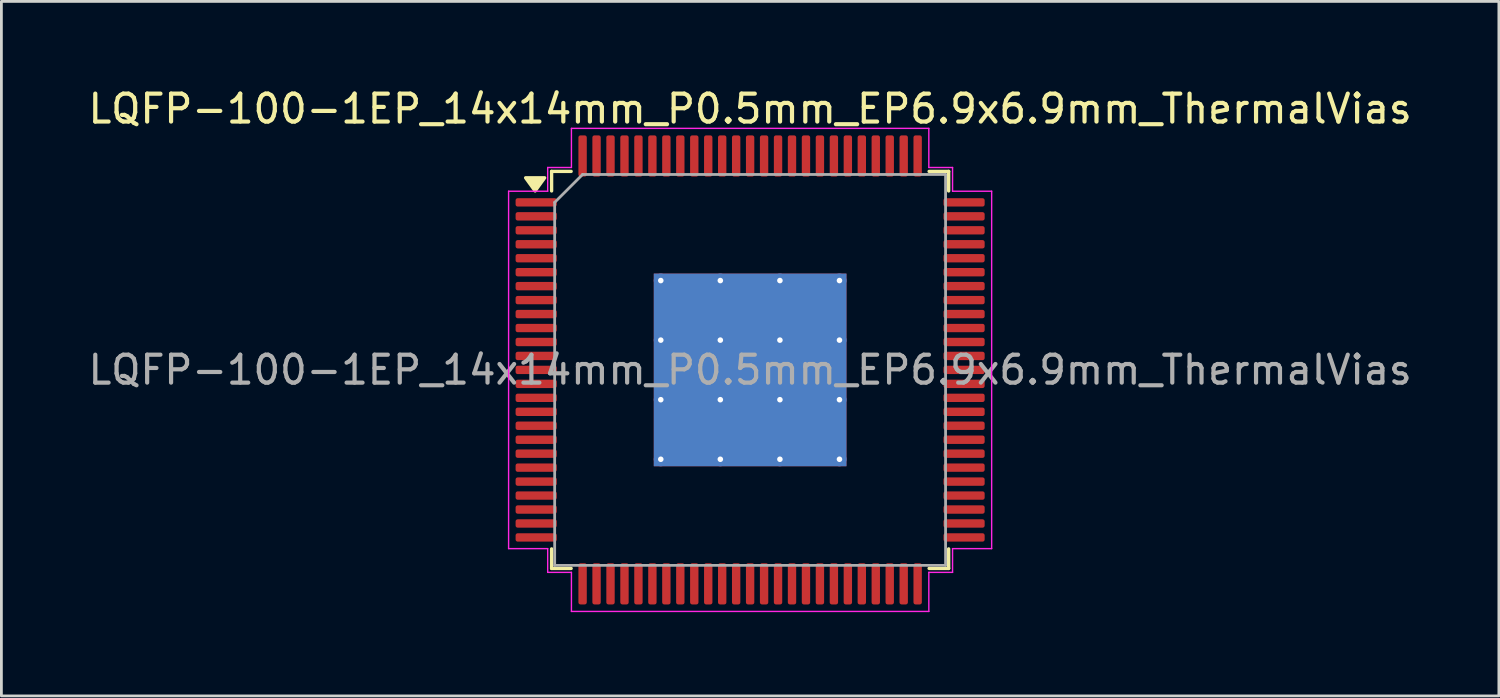
<source format=kicad_pcb>
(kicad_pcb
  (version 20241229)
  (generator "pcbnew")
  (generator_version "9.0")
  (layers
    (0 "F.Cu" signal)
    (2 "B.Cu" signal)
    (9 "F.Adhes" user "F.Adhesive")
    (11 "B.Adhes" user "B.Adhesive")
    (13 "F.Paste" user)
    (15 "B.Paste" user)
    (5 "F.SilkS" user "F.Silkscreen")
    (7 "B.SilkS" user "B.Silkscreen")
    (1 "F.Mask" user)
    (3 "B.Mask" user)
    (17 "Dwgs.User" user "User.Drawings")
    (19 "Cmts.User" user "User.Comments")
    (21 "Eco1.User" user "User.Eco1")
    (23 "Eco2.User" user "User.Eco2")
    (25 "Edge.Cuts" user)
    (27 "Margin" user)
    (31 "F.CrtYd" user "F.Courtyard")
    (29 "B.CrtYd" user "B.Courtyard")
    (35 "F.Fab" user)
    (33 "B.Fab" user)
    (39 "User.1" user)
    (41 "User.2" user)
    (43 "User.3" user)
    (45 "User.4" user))
  (footprint "LQFP-100-1EP_14x14mm_P0.5mm_EP6.9x6.9mm_ThermalVias"
    (layer "F.Cu")
    (at 23.815 10.198)
    (property "Reference" "LQFP-100-1EP_14x14mm_P0.5mm_EP6.9x6.9mm_ThermalVias" (at 0 -9.35 0) (layer "F.SilkS") (effects (font (size 1 1) (thickness 0.15))))
    (attr smd)
    (fp_line (start -7.11 -7.11) (end -7.11 -6.41) (stroke (width 0.12) (type solid)) (layer "F.SilkS"))
    (fp_line (start -7.11 7.11) (end -7.11 6.41) (stroke (width 0.12) (type solid)) (layer "F.SilkS"))
    (fp_line (start -6.41 -7.11) (end -7.11 -7.11) (stroke (width 0.12) (type solid)) (layer "F.SilkS"))
    (fp_line (start -6.41 7.11) (end -7.11 7.11) (stroke (width 0.12) (type solid)) (layer "F.SilkS"))
    (fp_line (start 6.41 -7.11) (end 7.11 -7.11) (stroke (width 0.12) (type solid)) (layer "F.SilkS"))
    (fp_line (start 6.41 7.11) (end 7.11 7.11) (stroke (width 0.12) (type solid)) (layer "F.SilkS"))
    (fp_line (start 7.11 -7.11) (end 7.11 -6.41) (stroke (width 0.12) (type solid)) (layer "F.SilkS"))
    (fp_line (start 7.11 7.11) (end 7.11 6.41) (stroke (width 0.12) (type solid)) (layer "F.SilkS"))
    (fp_poly (pts (xy -7.7 -6.41) (xy -8.04 -6.88) (xy -7.36 -6.88)) (stroke (width 0.12) (type solid)) (fill yes) (layer "F.SilkS"))
    (fp_line (start -8.65 -6.4) (end -7.25 -6.4) (stroke (width 0.05) (type solid)) (layer "F.CrtYd"))
    (fp_line (start -8.65 6.4) (end -8.65 -6.4) (stroke (width 0.05) (type solid)) (layer "F.CrtYd"))
    (fp_line (start -7.25 -7.25) (end -6.4 -7.25) (stroke (width 0.05) (type solid)) (layer "F.CrtYd"))
    (fp_line (start -7.25 -6.4) (end -7.25 -7.25) (stroke (width 0.05) (type solid)) (layer "F.CrtYd"))
    (fp_line (start -7.25 6.4) (end -8.65 6.4) (stroke (width 0.05) (type solid)) (layer "F.CrtYd"))
    (fp_line (start -7.25 7.25) (end -7.25 6.4) (stroke (width 0.05) (type solid)) (layer "F.CrtYd"))
    (fp_line (start -6.4 -8.65) (end 6.4 -8.65) (stroke (width 0.05) (type solid)) (layer "F.CrtYd"))
    (fp_line (start -6.4 -7.25) (end -6.4 -8.65) (stroke (width 0.05) (type solid)) (layer "F.CrtYd"))
    (fp_line (start -6.4 7.25) (end -7.25 7.25) (stroke (width 0.05) (type solid)) (layer "F.CrtYd"))
    (fp_line (start -6.4 8.65) (end -6.4 7.25) (stroke (width 0.05) (type solid)) (layer "F.CrtYd"))
    (fp_line (start 6.4 -8.65) (end 6.4 -7.25) (stroke (width 0.05) (type solid)) (layer "F.CrtYd"))
    (fp_line (start 6.4 -7.25) (end 7.25 -7.25) (stroke (width 0.05) (type solid)) (layer "F.CrtYd"))
    (fp_line (start 6.4 7.25) (end 6.4 8.65) (stroke (width 0.05) (type solid)) (layer "F.CrtYd"))
    (fp_line (start 6.4 8.65) (end -6.4 8.65) (stroke (width 0.05) (type solid)) (layer "F.CrtYd"))
    (fp_line (start 7.25 -7.25) (end 7.25 -6.4) (stroke (width 0.05) (type solid)) (layer "F.CrtYd"))
    (fp_line (start 7.25 -6.4) (end 8.65 -6.4) (stroke (width 0.05) (type solid)) (layer "F.CrtYd"))
    (fp_line (start 7.25 6.4) (end 7.25 7.25) (stroke (width 0.05) (type solid)) (layer "F.CrtYd"))
    (fp_line (start 7.25 7.25) (end 6.4 7.25) (stroke (width 0.05) (type solid)) (layer "F.CrtYd"))
    (fp_line (start 8.65 -6.4) (end 8.65 6.4) (stroke (width 0.05) (type solid)) (layer "F.CrtYd"))
    (fp_line (start 8.65 6.4) (end 7.25 6.4) (stroke (width 0.05) (type solid)) (layer "F.CrtYd"))
    (fp_line (start -7 -6) (end -6 -7) (stroke (width 0.1) (type solid)) (layer "F.Fab"))
    (fp_line (start -7 7) (end -7 -6) (stroke (width 0.1) (type solid)) (layer "F.Fab"))
    (fp_line (start -6 -7) (end 7 -7) (stroke (width 0.1) (type solid)) (layer "F.Fab"))
    (fp_line (start 7 -7) (end 7 7) (stroke (width 0.1) (type solid)) (layer "F.Fab"))
    (fp_line (start 7 7) (end -7 7) (stroke (width 0.1) (type solid)) (layer "F.Fab"))
    (fp_text user "${REFERENCE}" (at 0 0 0) (layer "F.Fab") (effects (font (size 1 1) (thickness 0.15))))
    (pad "" smd roundrect (at -2.3 -2.3) (size 1.85 1.85) (layers "F.Paste") (roundrect_rratio 0.135))
    (pad "" smd roundrect (at -2.3 0) (size 1.85 1.85) (layers "F.Paste") (roundrect_rratio 0.135))
    (pad "" smd roundrect (at -2.3 2.3) (size 1.85 1.85) (layers "F.Paste") (roundrect_rratio 0.135))
    (pad "" smd roundrect (at 0 -2.3) (size 1.85 1.85) (layers "F.Paste") (roundrect_rratio 0.135))
    (pad "" smd roundrect (at 0 0) (size 1.85 1.85) (layers "F.Paste") (roundrect_rratio 0.135))
    (pad "" smd roundrect (at 0 2.3) (size 1.85 1.85) (layers "F.Paste") (roundrect_rratio 0.135))
    (pad "" smd roundrect (at 2.3 -2.3) (size 1.85 1.85) (layers "F.Paste") (roundrect_rratio 0.135))
    (pad "" smd roundrect (at 2.3 0) (size 1.85 1.85) (layers "F.Paste") (roundrect_rratio 0.135))
    (pad "" smd roundrect (at 2.3 2.3) (size 1.85 1.85) (layers "F.Paste") (roundrect_rratio 0.135))
    (pad "1" smd roundrect (at -7.662 -6) (size 1.475 0.3) (layers "F.Cu" "F.Mask" "F.Paste") (roundrect_rratio 0.25))
    (pad "2" smd roundrect (at -7.662 -5.5) (size 1.475 0.3) (layers "F.Cu" "F.Mask" "F.Paste") (roundrect_rratio 0.25))
    (pad "3" smd roundrect (at -7.662 -5) (size 1.475 0.3) (layers "F.Cu" "F.Mask" "F.Paste") (roundrect_rratio 0.25))
    (pad "4" smd roundrect (at -7.662 -4.5) (size 1.475 0.3) (layers "F.Cu" "F.Mask" "F.Paste") (roundrect_rratio 0.25))
    (pad "5" smd roundrect (at -7.662 -4) (size 1.475 0.3) (layers "F.Cu" "F.Mask" "F.Paste") (roundrect_rratio 0.25))
    (pad "6" smd roundrect (at -7.662 -3.5) (size 1.475 0.3) (layers "F.Cu" "F.Mask" "F.Paste") (roundrect_rratio 0.25))
    (pad "7" smd roundrect (at -7.662 -3) (size 1.475 0.3) (layers "F.Cu" "F.Mask" "F.Paste") (roundrect_rratio 0.25))
    (pad "8" smd roundrect (at -7.662 -2.5) (size 1.475 0.3) (layers "F.Cu" "F.Mask" "F.Paste") (roundrect_rratio 0.25))
    (pad "9" smd roundrect (at -7.662 -2) (size 1.475 0.3) (layers "F.Cu" "F.Mask" "F.Paste") (roundrect_rratio 0.25))
    (pad "10" smd roundrect (at -7.662 -1.5) (size 1.475 0.3) (layers "F.Cu" "F.Mask" "F.Paste") (roundrect_rratio 0.25))
    (pad "11" smd roundrect (at -7.662 -1) (size 1.475 0.3) (layers "F.Cu" "F.Mask" "F.Paste") (roundrect_rratio 0.25))
    (pad "12" smd roundrect (at -7.662 -0.5) (size 1.475 0.3) (layers "F.Cu" "F.Mask" "F.Paste") (roundrect_rratio 0.25))
    (pad "13" smd roundrect (at -7.662 0) (size 1.475 0.3) (layers "F.Cu" "F.Mask" "F.Paste") (roundrect_rratio 0.25))
    (pad "14" smd roundrect (at -7.662 0.5) (size 1.475 0.3) (layers "F.Cu" "F.Mask" "F.Paste") (roundrect_rratio 0.25))
    (pad "15" smd roundrect (at -7.662 1) (size 1.475 0.3) (layers "F.Cu" "F.Mask" "F.Paste") (roundrect_rratio 0.25))
    (pad "16" smd roundrect (at -7.662 1.5) (size 1.475 0.3) (layers "F.Cu" "F.Mask" "F.Paste") (roundrect_rratio 0.25))
    (pad "17" smd roundrect (at -7.662 2) (size 1.475 0.3) (layers "F.Cu" "F.Mask" "F.Paste") (roundrect_rratio 0.25))
    (pad "18" smd roundrect (at -7.662 2.5) (size 1.475 0.3) (layers "F.Cu" "F.Mask" "F.Paste") (roundrect_rratio 0.25))
    (pad "19" smd roundrect (at -7.662 3) (size 1.475 0.3) (layers "F.Cu" "F.Mask" "F.Paste") (roundrect_rratio 0.25))
    (pad "20" smd roundrect (at -7.662 3.5) (size 1.475 0.3) (layers "F.Cu" "F.Mask" "F.Paste") (roundrect_rratio 0.25))
    (pad "21" smd roundrect (at -7.662 4) (size 1.475 0.3) (layers "F.Cu" "F.Mask" "F.Paste") (roundrect_rratio 0.25))
    (pad "22" smd roundrect (at -7.662 4.5) (size 1.475 0.3) (layers "F.Cu" "F.Mask" "F.Paste") (roundrect_rratio 0.25))
    (pad "23" smd roundrect (at -7.662 5) (size 1.475 0.3) (layers "F.Cu" "F.Mask" "F.Paste") (roundrect_rratio 0.25))
    (pad "24" smd roundrect (at -7.662 5.5) (size 1.475 0.3) (layers "F.Cu" "F.Mask" "F.Paste") (roundrect_rratio 0.25))
    (pad "25" smd roundrect (at -7.662 6) (size 1.475 0.3) (layers "F.Cu" "F.Mask" "F.Paste") (roundrect_rratio 0.25))
    (pad "26" smd roundrect (at -6 7.662) (size 0.3 1.475) (layers "F.Cu" "F.Mask" "F.Paste") (roundrect_rratio 0.25))
    (pad "27" smd roundrect (at -5.5 7.662) (size 0.3 1.475) (layers "F.Cu" "F.Mask" "F.Paste") (roundrect_rratio 0.25))
    (pad "28" smd roundrect (at -5 7.662) (size 0.3 1.475) (layers "F.Cu" "F.Mask" "F.Paste") (roundrect_rratio 0.25))
    (pad "29" smd roundrect (at -4.5 7.662) (size 0.3 1.475) (layers "F.Cu" "F.Mask" "F.Paste") (roundrect_rratio 0.25))
    (pad "30" smd roundrect (at -4 7.662) (size 0.3 1.475) (layers "F.Cu" "F.Mask" "F.Paste") (roundrect_rratio 0.25))
    (pad "31" smd roundrect (at -3.5 7.662) (size 0.3 1.475) (layers "F.Cu" "F.Mask" "F.Paste") (roundrect_rratio 0.25))
    (pad "32" smd roundrect (at -3 7.662) (size 0.3 1.475) (layers "F.Cu" "F.Mask" "F.Paste") (roundrect_rratio 0.25))
    (pad "33" smd roundrect (at -2.5 7.662) (size 0.3 1.475) (layers "F.Cu" "F.Mask" "F.Paste") (roundrect_rratio 0.25))
    (pad "34" smd roundrect (at -2 7.662) (size 0.3 1.475) (layers "F.Cu" "F.Mask" "F.Paste") (roundrect_rratio 0.25))
    (pad "35" smd roundrect (at -1.5 7.662) (size 0.3 1.475) (layers "F.Cu" "F.Mask" "F.Paste") (roundrect_rratio 0.25))
    (pad "36" smd roundrect (at -1 7.662) (size 0.3 1.475) (layers "F.Cu" "F.Mask" "F.Paste") (roundrect_rratio 0.25))
    (pad "37" smd roundrect (at -0.5 7.662) (size 0.3 1.475) (layers "F.Cu" "F.Mask" "F.Paste") (roundrect_rratio 0.25))
    (pad "38" smd roundrect (at 0 7.662) (size 0.3 1.475) (layers "F.Cu" "F.Mask" "F.Paste") (roundrect_rratio 0.25))
    (pad "39" smd roundrect (at 0.5 7.662) (size 0.3 1.475) (layers "F.Cu" "F.Mask" "F.Paste") (roundrect_rratio 0.25))
    (pad "40" smd roundrect (at 1 7.662) (size 0.3 1.475) (layers "F.Cu" "F.Mask" "F.Paste") (roundrect_rratio 0.25))
    (pad "41" smd roundrect (at 1.5 7.662) (size 0.3 1.475) (layers "F.Cu" "F.Mask" "F.Paste") (roundrect_rratio 0.25))
    (pad "42" smd roundrect (at 2 7.662) (size 0.3 1.475) (layers "F.Cu" "F.Mask" "F.Paste") (roundrect_rratio 0.25))
    (pad "43" smd roundrect (at 2.5 7.662) (size 0.3 1.475) (layers "F.Cu" "F.Mask" "F.Paste") (roundrect_rratio 0.25))
    (pad "44" smd roundrect (at 3 7.662) (size 0.3 1.475) (layers "F.Cu" "F.Mask" "F.Paste") (roundrect_rratio 0.25))
    (pad "45" smd roundrect (at 3.5 7.662) (size 0.3 1.475) (layers "F.Cu" "F.Mask" "F.Paste") (roundrect_rratio 0.25))
    (pad "46" smd roundrect (at 4 7.662) (size 0.3 1.475) (layers "F.Cu" "F.Mask" "F.Paste") (roundrect_rratio 0.25))
    (pad "47" smd roundrect (at 4.5 7.662) (size 0.3 1.475) (layers "F.Cu" "F.Mask" "F.Paste") (roundrect_rratio 0.25))
    (pad "48" smd roundrect (at 5 7.662) (size 0.3 1.475) (layers "F.Cu" "F.Mask" "F.Paste") (roundrect_rratio 0.25))
    (pad "49" smd roundrect (at 5.5 7.662) (size 0.3 1.475) (layers "F.Cu" "F.Mask" "F.Paste") (roundrect_rratio 0.25))
    (pad "50" smd roundrect (at 6 7.662) (size 0.3 1.475) (layers "F.Cu" "F.Mask" "F.Paste") (roundrect_rratio 0.25))
    (pad "51" smd roundrect (at 7.662 6) (size 1.475 0.3) (layers "F.Cu" "F.Mask" "F.Paste") (roundrect_rratio 0.25))
    (pad "52" smd roundrect (at 7.662 5.5) (size 1.475 0.3) (layers "F.Cu" "F.Mask" "F.Paste") (roundrect_rratio 0.25))
    (pad "53" smd roundrect (at 7.662 5) (size 1.475 0.3) (layers "F.Cu" "F.Mask" "F.Paste") (roundrect_rratio 0.25))
    (pad "54" smd roundrect (at 7.662 4.5) (size 1.475 0.3) (layers "F.Cu" "F.Mask" "F.Paste") (roundrect_rratio 0.25))
    (pad "55" smd roundrect (at 7.662 4) (size 1.475 0.3) (layers "F.Cu" "F.Mask" "F.Paste") (roundrect_rratio 0.25))
    (pad "56" smd roundrect (at 7.662 3.5) (size 1.475 0.3) (layers "F.Cu" "F.Mask" "F.Paste") (roundrect_rratio 0.25))
    (pad "57" smd roundrect (at 7.662 3) (size 1.475 0.3) (layers "F.Cu" "F.Mask" "F.Paste") (roundrect_rratio 0.25))
    (pad "58" smd roundrect (at 7.662 2.5) (size 1.475 0.3) (layers "F.Cu" "F.Mask" "F.Paste") (roundrect_rratio 0.25))
    (pad "59" smd roundrect (at 7.662 2) (size 1.475 0.3) (layers "F.Cu" "F.Mask" "F.Paste") (roundrect_rratio 0.25))
    (pad "60" smd roundrect (at 7.662 1.5) (size 1.475 0.3) (layers "F.Cu" "F.Mask" "F.Paste") (roundrect_rratio 0.25))
    (pad "61" smd roundrect (at 7.662 1) (size 1.475 0.3) (layers "F.Cu" "F.Mask" "F.Paste") (roundrect_rratio 0.25))
    (pad "62" smd roundrect (at 7.662 0.5) (size 1.475 0.3) (layers "F.Cu" "F.Mask" "F.Paste") (roundrect_rratio 0.25))
    (pad "63" smd roundrect (at 7.662 0) (size 1.475 0.3) (layers "F.Cu" "F.Mask" "F.Paste") (roundrect_rratio 0.25))
    (pad "64" smd roundrect (at 7.662 -0.5) (size 1.475 0.3) (layers "F.Cu" "F.Mask" "F.Paste") (roundrect_rratio 0.25))
    (pad "65" smd roundrect (at 7.662 -1) (size 1.475 0.3) (layers "F.Cu" "F.Mask" "F.Paste") (roundrect_rratio 0.25))
    (pad "66" smd roundrect (at 7.662 -1.5) (size 1.475 0.3) (layers "F.Cu" "F.Mask" "F.Paste") (roundrect_rratio 0.25))
    (pad "67" smd roundrect (at 7.662 -2) (size 1.475 0.3) (layers "F.Cu" "F.Mask" "F.Paste") (roundrect_rratio 0.25))
    (pad "68" smd roundrect (at 7.662 -2.5) (size 1.475 0.3) (layers "F.Cu" "F.Mask" "F.Paste") (roundrect_rratio 0.25))
    (pad "69" smd roundrect (at 7.662 -3) (size 1.475 0.3) (layers "F.Cu" "F.Mask" "F.Paste") (roundrect_rratio 0.25))
    (pad "70" smd roundrect (at 7.662 -3.5) (size 1.475 0.3) (layers "F.Cu" "F.Mask" "F.Paste") (roundrect_rratio 0.25))
    (pad "71" smd roundrect (at 7.662 -4) (size 1.475 0.3) (layers "F.Cu" "F.Mask" "F.Paste") (roundrect_rratio 0.25))
    (pad "72" smd roundrect (at 7.662 -4.5) (size 1.475 0.3) (layers "F.Cu" "F.Mask" "F.Paste") (roundrect_rratio 0.25))
    (pad "73" smd roundrect (at 7.662 -5) (size 1.475 0.3) (layers "F.Cu" "F.Mask" "F.Paste") (roundrect_rratio 0.25))
    (pad "74" smd roundrect (at 7.662 -5.5) (size 1.475 0.3) (layers "F.Cu" "F.Mask" "F.Paste") (roundrect_rratio 0.25))
    (pad "75" smd roundrect (at 7.662 -6) (size 1.475 0.3) (layers "F.Cu" "F.Mask" "F.Paste") (roundrect_rratio 0.25))
    (pad "76" smd roundrect (at 6 -7.662) (size 0.3 1.475) (layers "F.Cu" "F.Mask" "F.Paste") (roundrect_rratio 0.25))
    (pad "77" smd roundrect (at 5.5 -7.662) (size 0.3 1.475) (layers "F.Cu" "F.Mask" "F.Paste") (roundrect_rratio 0.25))
    (pad "78" smd roundrect (at 5 -7.662) (size 0.3 1.475) (layers "F.Cu" "F.Mask" "F.Paste") (roundrect_rratio 0.25))
    (pad "79" smd roundrect (at 4.5 -7.662) (size 0.3 1.475) (layers "F.Cu" "F.Mask" "F.Paste") (roundrect_rratio 0.25))
    (pad "80" smd roundrect (at 4 -7.662) (size 0.3 1.475) (layers "F.Cu" "F.Mask" "F.Paste") (roundrect_rratio 0.25))
    (pad "81" smd roundrect (at 3.5 -7.662) (size 0.3 1.475) (layers "F.Cu" "F.Mask" "F.Paste") (roundrect_rratio 0.25))
    (pad "82" smd roundrect (at 3 -7.662) (size 0.3 1.475) (layers "F.Cu" "F.Mask" "F.Paste") (roundrect_rratio 0.25))
    (pad "83" smd roundrect (at 2.5 -7.662) (size 0.3 1.475) (layers "F.Cu" "F.Mask" "F.Paste") (roundrect_rratio 0.25))
    (pad "84" smd roundrect (at 2 -7.662) (size 0.3 1.475) (layers "F.Cu" "F.Mask" "F.Paste") (roundrect_rratio 0.25))
    (pad "85" smd roundrect (at 1.5 -7.662) (size 0.3 1.475) (layers "F.Cu" "F.Mask" "F.Paste") (roundrect_rratio 0.25))
    (pad "86" smd roundrect (at 1 -7.662) (size 0.3 1.475) (layers "F.Cu" "F.Mask" "F.Paste") (roundrect_rratio 0.25))
    (pad "87" smd roundrect (at 0.5 -7.662) (size 0.3 1.475) (layers "F.Cu" "F.Mask" "F.Paste") (roundrect_rratio 0.25))
    (pad "88" smd roundrect (at 0 -7.662) (size 0.3 1.475) (layers "F.Cu" "F.Mask" "F.Paste") (roundrect_rratio 0.25))
    (pad "89" smd roundrect (at -0.5 -7.662) (size 0.3 1.475) (layers "F.Cu" "F.Mask" "F.Paste") (roundrect_rratio 0.25))
    (pad "90" smd roundrect (at -1 -7.662) (size 0.3 1.475) (layers "F.Cu" "F.Mask" "F.Paste") (roundrect_rratio 0.25))
    (pad "91" smd roundrect (at -1.5 -7.662) (size 0.3 1.475) (layers "F.Cu" "F.Mask" "F.Paste") (roundrect_rratio 0.25))
    (pad "92" smd roundrect (at -2 -7.662) (size 0.3 1.475) (layers "F.Cu" "F.Mask" "F.Paste") (roundrect_rratio 0.25))
    (pad "93" smd roundrect (at -2.5 -7.662) (size 0.3 1.475) (layers "F.Cu" "F.Mask" "F.Paste") (roundrect_rratio 0.25))
    (pad "94" smd roundrect (at -3 -7.662) (size 0.3 1.475) (layers "F.Cu" "F.Mask" "F.Paste") (roundrect_rratio 0.25))
    (pad "95" smd roundrect (at -3.5 -7.662) (size 0.3 1.475) (layers "F.Cu" "F.Mask" "F.Paste") (roundrect_rratio 0.25))
    (pad "96" smd roundrect (at -4 -7.662) (size 0.3 1.475) (layers "F.Cu" "F.Mask" "F.Paste") (roundrect_rratio 0.25))
    (pad "97" smd roundrect (at -4.5 -7.662) (size 0.3 1.475) (layers "F.Cu" "F.Mask" "F.Paste") (roundrect_rratio 0.25))
    (pad "98" smd roundrect (at -5 -7.662) (size 0.3 1.475) (layers "F.Cu" "F.Mask" "F.Paste") (roundrect_rratio 0.25))
    (pad "99" smd roundrect (at -5.5 -7.662) (size 0.3 1.475) (layers "F.Cu" "F.Mask" "F.Paste") (roundrect_rratio 0.25))
    (pad "100" smd roundrect (at -6 -7.662) (size 0.3 1.475) (layers "F.Cu" "F.Mask" "F.Paste") (roundrect_rratio 0.25))
    (pad "101" thru_hole circle (at -3.2 -3.2) (size 0.5 0.5) (drill 0.2) (property pad_prop_heatsink) (layers "*.Cu"))
    (pad "101" thru_hole circle (at -3.2 -1.067) (size 0.5 0.5) (drill 0.2) (property pad_prop_heatsink) (layers "*.Cu"))
    (pad "101" thru_hole circle (at -3.2 1.067) (size 0.5 0.5) (drill 0.2) (property pad_prop_heatsink) (layers "*.Cu"))
    (pad "101" thru_hole circle (at -3.2 3.2) (size 0.5 0.5) (drill 0.2) (property pad_prop_heatsink) (layers "*.Cu"))
    (pad "101" thru_hole circle (at -1.067 -3.2) (size 0.5 0.5) (drill 0.2) (property pad_prop_heatsink) (layers "*.Cu"))
    (pad "101" thru_hole circle (at -1.067 -1.067) (size 0.5 0.5) (drill 0.2) (property pad_prop_heatsink) (layers "*.Cu"))
    (pad "101" thru_hole circle (at -1.067 1.067) (size 0.5 0.5) (drill 0.2) (property pad_prop_heatsink) (layers "*.Cu"))
    (pad "101" thru_hole circle (at -1.067 3.2) (size 0.5 0.5) (drill 0.2) (property pad_prop_heatsink) (layers "*.Cu"))
    (pad "101" smd rect (at 0 0) (size 6.9 6.9) (property pad_prop_heatsink) (layers "F.Cu" "F.Mask"))
    (pad "101" smd rect (at 0 0) (size 6.9 6.9) (property pad_prop_heatsink) (layers "B.Cu"))
    (pad "101" thru_hole circle (at 1.067 -3.2) (size 0.5 0.5) (drill 0.2) (property pad_prop_heatsink) (layers "*.Cu"))
    (pad "101" thru_hole circle (at 1.067 -1.067) (size 0.5 0.5) (drill 0.2) (property pad_prop_heatsink) (layers "*.Cu"))
    (pad "101" thru_hole circle (at 1.067 1.067) (size 0.5 0.5) (drill 0.2) (property pad_prop_heatsink) (layers "*.Cu"))
    (pad "101" thru_hole circle (at 1.067 3.2) (size 0.5 0.5) (drill 0.2) (property pad_prop_heatsink) (layers "*.Cu"))
    (pad "101" thru_hole circle (at 3.2 -3.2) (size 0.5 0.5) (drill 0.2) (property pad_prop_heatsink) (layers "*.Cu"))
    (pad "101" thru_hole circle (at 3.2 -1.067) (size 0.5 0.5) (drill 0.2) (property pad_prop_heatsink) (layers "*.Cu"))
    (pad "101" thru_hole circle (at 3.2 1.067) (size 0.5 0.5) (drill 0.2) (property pad_prop_heatsink) (layers "*.Cu"))
    (pad "101" thru_hole circle (at 3.2 3.2) (size 0.5 0.5) (drill 0.2) (property pad_prop_heatsink) (layers "*.Cu")))
  (gr_rect
    (start -3 -3)
    (end 50.631 21.873)
    (stroke (width 0.1) (type default))
    (fill no)
    (layer "Edge.Cuts")))
</source>
